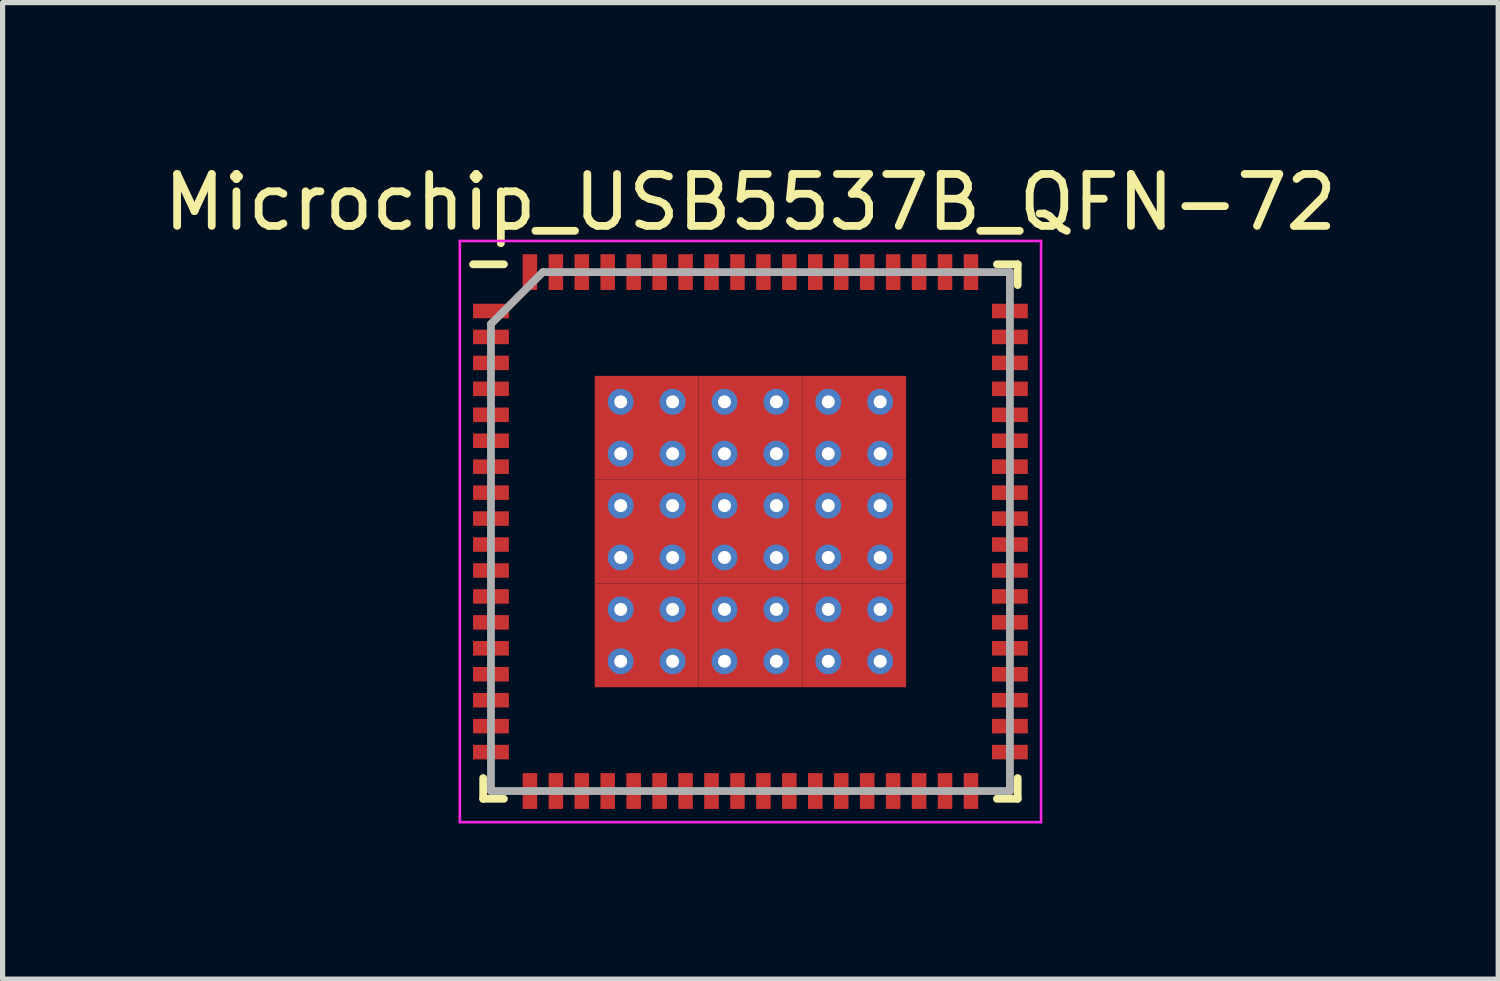
<source format=kicad_pcb>
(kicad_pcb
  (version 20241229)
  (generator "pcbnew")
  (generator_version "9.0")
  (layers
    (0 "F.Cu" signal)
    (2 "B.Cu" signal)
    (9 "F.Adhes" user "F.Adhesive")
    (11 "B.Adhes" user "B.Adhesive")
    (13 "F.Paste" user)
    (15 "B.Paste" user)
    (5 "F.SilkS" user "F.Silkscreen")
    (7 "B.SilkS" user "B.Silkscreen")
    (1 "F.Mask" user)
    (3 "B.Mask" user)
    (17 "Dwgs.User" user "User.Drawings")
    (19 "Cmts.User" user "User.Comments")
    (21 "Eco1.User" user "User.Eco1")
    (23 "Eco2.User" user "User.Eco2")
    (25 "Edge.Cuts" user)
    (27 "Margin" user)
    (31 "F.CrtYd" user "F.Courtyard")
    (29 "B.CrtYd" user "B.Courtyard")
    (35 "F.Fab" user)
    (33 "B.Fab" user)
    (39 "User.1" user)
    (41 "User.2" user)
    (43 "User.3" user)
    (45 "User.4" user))
  (footprint "Microchip_USB5537B_QFN-72"
    (layer "F.Cu")
    (at 11.411 7.193)
    (property "Reference" "Microchip_USB5537B_QFN-72" (at 0 -6.345 0) (layer "F.SilkS") (effects (font (size 1 1) (thickness 0.15))))
    (attr smd)
    (fp_line (start -5.15 5.15) (end -5.15 4.75) (stroke (width 0.15) (type solid)) (layer "F.SilkS"))
    (fp_line (start -4.75 -5.15) (end -5.345 -5.15) (stroke (width 0.15) (type solid)) (layer "F.SilkS"))
    (fp_line (start -4.75 5.15) (end -5.15 5.15) (stroke (width 0.15) (type solid)) (layer "F.SilkS"))
    (fp_line (start 4.75 -5.15) (end 5.15 -5.15) (stroke (width 0.15) (type solid)) (layer "F.SilkS"))
    (fp_line (start 4.75 5.15) (end 5.15 5.15) (stroke (width 0.15) (type solid)) (layer "F.SilkS"))
    (fp_line (start 5.15 -5.15) (end 5.15 -4.75) (stroke (width 0.15) (type solid)) (layer "F.SilkS"))
    (fp_line (start 5.15 5.15) (end 5.15 4.75) (stroke (width 0.15) (type solid)) (layer "F.SilkS"))
    (fp_line (start -5.6 -5.6) (end 5.6 -5.6) (stroke (width 0.05) (type solid)) (layer "F.CrtYd"))
    (fp_line (start -5.6 5.6) (end -5.6 -5.6) (stroke (width 0.05) (type solid)) (layer "F.CrtYd"))
    (fp_line (start 5.6 -5.6) (end 5.6 5.6) (stroke (width 0.05) (type solid)) (layer "F.CrtYd"))
    (fp_line (start 5.6 5.6) (end -5.6 5.6) (stroke (width 0.05) (type solid)) (layer "F.CrtYd"))
    (fp_line (start -5 -4) (end -5 5) (stroke (width 0.15) (type solid)) (layer "F.Fab"))
    (fp_line (start -5 5) (end 5 5) (stroke (width 0.15) (type solid)) (layer "F.Fab"))
    (fp_line (start -4 -5) (end -5 -4) (stroke (width 0.15) (type solid)) (layer "F.Fab"))
    (fp_line (start 5 -5) (end -4 -5) (stroke (width 0.15) (type solid)) (layer "F.Fab"))
    (fp_line (start 5 5) (end 5 -5) (stroke (width 0.15) (type solid)) (layer "F.Fab"))
    (pad "1" smd rect (at -5 -4.25 90) (size 0.28 0.69) (layers "F.Cu" "F.Mask" "F.Paste"))
    (pad "2" smd rect (at -5 -3.75 90) (size 0.28 0.69) (layers "F.Cu" "F.Mask" "F.Paste"))
    (pad "3" smd rect (at -5 -3.25 90) (size 0.28 0.69) (layers "F.Cu" "F.Mask" "F.Paste"))
    (pad "4" smd rect (at -5 -2.75 90) (size 0.28 0.69) (layers "F.Cu" "F.Mask" "F.Paste"))
    (pad "5" smd rect (at -5 -2.25 90) (size 0.28 0.69) (layers "F.Cu" "F.Mask" "F.Paste"))
    (pad "6" smd rect (at -5 -1.75 90) (size 0.28 0.69) (layers "F.Cu" "F.Mask" "F.Paste"))
    (pad "7" smd rect (at -5 -1.25 90) (size 0.28 0.69) (layers "F.Cu" "F.Mask" "F.Paste"))
    (pad "8" smd rect (at -5 -0.75 90) (size 0.28 0.69) (layers "F.Cu" "F.Mask" "F.Paste"))
    (pad "9" smd rect (at -5 -0.25 90) (size 0.28 0.69) (layers "F.Cu" "F.Mask" "F.Paste"))
    (pad "10" smd rect (at -5 0.25 90) (size 0.28 0.69) (layers "F.Cu" "F.Mask" "F.Paste"))
    (pad "11" smd rect (at -5 0.75 90) (size 0.28 0.69) (layers "F.Cu" "F.Mask" "F.Paste"))
    (pad "12" smd rect (at -5 1.25 90) (size 0.28 0.69) (layers "F.Cu" "F.Mask" "F.Paste"))
    (pad "13" smd rect (at -5 1.75 90) (size 0.28 0.69) (layers "F.Cu" "F.Mask" "F.Paste"))
    (pad "14" smd rect (at -5 2.25 90) (size 0.28 0.69) (layers "F.Cu" "F.Mask" "F.Paste"))
    (pad "15" smd rect (at -5 2.75 90) (size 0.28 0.69) (layers "F.Cu" "F.Mask" "F.Paste"))
    (pad "16" smd rect (at -5 3.25 90) (size 0.28 0.69) (layers "F.Cu" "F.Mask" "F.Paste"))
    (pad "17" smd rect (at -5 3.75 90) (size 0.28 0.69) (layers "F.Cu" "F.Mask" "F.Paste"))
    (pad "18" smd rect (at -5 4.25 90) (size 0.28 0.69) (layers "F.Cu" "F.Mask" "F.Paste"))
    (pad "19" smd rect (at -4.25 5) (size 0.28 0.69) (layers "F.Cu" "F.Mask" "F.Paste"))
    (pad "20" smd rect (at -3.75 5) (size 0.28 0.69) (layers "F.Cu" "F.Mask" "F.Paste"))
    (pad "21" smd rect (at -3.25 5) (size 0.28 0.69) (layers "F.Cu" "F.Mask" "F.Paste"))
    (pad "22" smd rect (at -2.75 5) (size 0.28 0.69) (layers "F.Cu" "F.Mask" "F.Paste"))
    (pad "23" smd rect (at -2.25 5) (size 0.28 0.69) (layers "F.Cu" "F.Mask" "F.Paste"))
    (pad "24" smd rect (at -1.75 5) (size 0.28 0.69) (layers "F.Cu" "F.Mask" "F.Paste"))
    (pad "25" smd rect (at -1.25 5) (size 0.28 0.69) (layers "F.Cu" "F.Mask" "F.Paste"))
    (pad "26" smd rect (at -0.75 5) (size 0.28 0.69) (layers "F.Cu" "F.Mask" "F.Paste"))
    (pad "27" smd rect (at -0.25 5) (size 0.28 0.69) (layers "F.Cu" "F.Mask" "F.Paste"))
    (pad "28" smd rect (at 0.25 5) (size 0.28 0.69) (layers "F.Cu" "F.Mask" "F.Paste"))
    (pad "29" smd rect (at 0.75 5) (size 0.28 0.69) (layers "F.Cu" "F.Mask" "F.Paste"))
    (pad "30" smd rect (at 1.25 5) (size 0.28 0.69) (layers "F.Cu" "F.Mask" "F.Paste"))
    (pad "31" smd rect (at 1.75 5) (size 0.28 0.69) (layers "F.Cu" "F.Mask" "F.Paste"))
    (pad "32" smd rect (at 2.25 5) (size 0.28 0.69) (layers "F.Cu" "F.Mask" "F.Paste"))
    (pad "33" smd rect (at 2.75 5) (size 0.28 0.69) (layers "F.Cu" "F.Mask" "F.Paste"))
    (pad "34" smd rect (at 3.25 5) (size 0.28 0.69) (layers "F.Cu" "F.Mask" "F.Paste"))
    (pad "35" smd rect (at 3.75 5) (size 0.28 0.69) (layers "F.Cu" "F.Mask" "F.Paste"))
    (pad "36" smd rect (at 4.25 5) (size 0.28 0.69) (layers "F.Cu" "F.Mask" "F.Paste"))
    (pad "37" smd rect (at 5 4.25 90) (size 0.28 0.69) (layers "F.Cu" "F.Mask" "F.Paste"))
    (pad "38" smd rect (at 5 3.75 90) (size 0.28 0.69) (layers "F.Cu" "F.Mask" "F.Paste"))
    (pad "39" smd rect (at 5 3.25 90) (size 0.28 0.69) (layers "F.Cu" "F.Mask" "F.Paste"))
    (pad "40" smd rect (at 5 2.75 90) (size 0.28 0.69) (layers "F.Cu" "F.Mask" "F.Paste"))
    (pad "41" smd rect (at 5 2.25 90) (size 0.28 0.69) (layers "F.Cu" "F.Mask" "F.Paste"))
    (pad "42" smd rect (at 5 1.75 90) (size 0.28 0.69) (layers "F.Cu" "F.Mask" "F.Paste"))
    (pad "43" smd rect (at 5 1.25 90) (size 0.28 0.69) (layers "F.Cu" "F.Mask" "F.Paste"))
    (pad "44" smd rect (at 5 0.75 90) (size 0.28 0.69) (layers "F.Cu" "F.Mask" "F.Paste"))
    (pad "45" smd rect (at 5 0.25 90) (size 0.28 0.69) (layers "F.Cu" "F.Mask" "F.Paste"))
    (pad "46" smd rect (at 5 -0.25 90) (size 0.28 0.69) (layers "F.Cu" "F.Mask" "F.Paste"))
    (pad "47" smd rect (at 5 -0.75 90) (size 0.28 0.69) (layers "F.Cu" "F.Mask" "F.Paste"))
    (pad "48" smd rect (at 5 -1.25 90) (size 0.28 0.69) (layers "F.Cu" "F.Mask" "F.Paste"))
    (pad "49" smd rect (at 5 -1.75 90) (size 0.28 0.69) (layers "F.Cu" "F.Mask" "F.Paste"))
    (pad "50" smd rect (at 5 -2.25 90) (size 0.28 0.69) (layers "F.Cu" "F.Mask" "F.Paste"))
    (pad "51" smd rect (at 5 -2.75 90) (size 0.28 0.69) (layers "F.Cu" "F.Mask" "F.Paste"))
    (pad "52" smd rect (at 5 -3.25 90) (size 0.28 0.69) (layers "F.Cu" "F.Mask" "F.Paste"))
    (pad "53" smd rect (at 5 -3.75 90) (size 0.28 0.69) (layers "F.Cu" "F.Mask" "F.Paste"))
    (pad "54" smd rect (at 5 -4.25 90) (size 0.28 0.69) (layers "F.Cu" "F.Mask" "F.Paste"))
    (pad "55" smd rect (at 4.25 -5) (size 0.28 0.69) (layers "F.Cu" "F.Mask" "F.Paste"))
    (pad "56" smd rect (at 3.75 -5) (size 0.28 0.69) (layers "F.Cu" "F.Mask" "F.Paste"))
    (pad "57" smd rect (at 3.25 -5) (size 0.28 0.69) (layers "F.Cu" "F.Mask" "F.Paste"))
    (pad "58" smd rect (at 2.75 -5) (size 0.28 0.69) (layers "F.Cu" "F.Mask" "F.Paste"))
    (pad "59" smd rect (at 2.25 -5) (size 0.28 0.69) (layers "F.Cu" "F.Mask" "F.Paste"))
    (pad "60" smd rect (at 1.75 -5) (size 0.28 0.69) (layers "F.Cu" "F.Mask" "F.Paste"))
    (pad "61" smd rect (at 1.25 -5) (size 0.28 0.69) (layers "F.Cu" "F.Mask" "F.Paste"))
    (pad "62" smd rect (at 0.75 -5) (size 0.28 0.69) (layers "F.Cu" "F.Mask" "F.Paste"))
    (pad "63" smd rect (at 0.25 -5) (size 0.28 0.69) (layers "F.Cu" "F.Mask" "F.Paste"))
    (pad "64" smd rect (at -0.25 -5) (size 0.28 0.69) (layers "F.Cu" "F.Mask" "F.Paste"))
    (pad "65" smd rect (at -0.75 -5) (size 0.28 0.69) (layers "F.Cu" "F.Mask" "F.Paste"))
    (pad "66" smd rect (at -1.25 -5) (size 0.28 0.69) (layers "F.Cu" "F.Mask" "F.Paste"))
    (pad "67" smd rect (at -1.75 -5) (size 0.28 0.69) (layers "F.Cu" "F.Mask" "F.Paste"))
    (pad "68" smd rect (at -2.25 -5) (size 0.28 0.69) (layers "F.Cu" "F.Mask" "F.Paste"))
    (pad "69" smd rect (at -2.75 -5) (size 0.28 0.69) (layers "F.Cu" "F.Mask" "F.Paste"))
    (pad "70" smd rect (at -3.25 -5) (size 0.28 0.69) (layers "F.Cu" "F.Mask" "F.Paste"))
    (pad "71" smd rect (at -3.75 -5) (size 0.28 0.69) (layers "F.Cu" "F.Mask" "F.Paste"))
    (pad "72" smd rect (at -4.25 -5) (size 0.28 0.69) (layers "F.Cu" "F.Mask" "F.Paste"))
    (pad "73" thru_hole circle (at -2.5 -2.5) (size 0.5 0.5) (drill 0.25) (layers "*.Cu" "*.Mask"))
    (pad "73" thru_hole circle (at -2.5 -1.5) (size 0.5 0.5) (drill 0.25) (layers "*.Cu" "*.Mask"))
    (pad "73" thru_hole circle (at -2.5 -0.5) (size 0.5 0.5) (drill 0.25) (layers "*.Cu" "*.Mask"))
    (pad "73" thru_hole circle (at -2.5 0.5) (size 0.5 0.5) (drill 0.25) (layers "*.Cu" "*.Mask"))
    (pad "73" thru_hole circle (at -2.5 1.5) (size 0.5 0.5) (drill 0.25) (layers "*.Cu" "*.Mask"))
    (pad "73" thru_hole circle (at -2.5 2.5) (size 0.5 0.5) (drill 0.25) (layers "*.Cu" "*.Mask"))
    (pad "73" smd rect (at -2 -2) (size 2 2) (layers "F.Cu" "F.Mask" "F.Paste"))
    (pad "73" smd rect (at -2 0) (size 2 2) (layers "F.Cu" "F.Mask" "F.Paste"))
    (pad "73" smd rect (at -2 2) (size 2 2) (layers "F.Cu" "F.Mask" "F.Paste"))
    (pad "73" thru_hole circle (at -1.5 -2.5) (size 0.5 0.5) (drill 0.25) (layers "*.Cu" "*.Mask"))
    (pad "73" thru_hole circle (at -1.5 -1.5) (size 0.5 0.5) (drill 0.25) (layers "*.Cu" "*.Mask"))
    (pad "73" thru_hole circle (at -1.5 -0.5) (size 0.5 0.5) (drill 0.25) (layers "*.Cu" "*.Mask"))
    (pad "73" thru_hole circle (at -1.5 0.5) (size 0.5 0.5) (drill 0.25) (layers "*.Cu" "*.Mask"))
    (pad "73" thru_hole circle (at -1.5 1.5) (size 0.5 0.5) (drill 0.25) (layers "*.Cu" "*.Mask"))
    (pad "73" thru_hole circle (at -1.5 2.5) (size 0.5 0.5) (drill 0.25) (layers "*.Cu" "*.Mask"))
    (pad "73" thru_hole circle (at -0.5 -2.5) (size 0.5 0.5) (drill 0.25) (layers "*.Cu" "*.Mask"))
    (pad "73" thru_hole circle (at -0.5 -1.5) (size 0.5 0.5) (drill 0.25) (layers "*.Cu" "*.Mask"))
    (pad "73" thru_hole circle (at -0.5 -0.5) (size 0.5 0.5) (drill 0.25) (layers "*.Cu" "*.Mask"))
    (pad "73" thru_hole circle (at -0.5 0.5) (size 0.5 0.5) (drill 0.25) (layers "*.Cu" "*.Mask"))
    (pad "73" thru_hole circle (at -0.5 1.5) (size 0.5 0.5) (drill 0.25) (layers "*.Cu" "*.Mask"))
    (pad "73" thru_hole circle (at -0.5 2.5) (size 0.5 0.5) (drill 0.25) (layers "*.Cu" "*.Mask"))
    (pad "73" smd rect (at 0 -2) (size 2 2) (layers "F.Cu" "F.Mask" "F.Paste"))
    (pad "73" smd rect (at 0 0) (size 2 2) (layers "F.Cu" "F.Mask" "F.Paste"))
    (pad "73" smd rect (at 0 2) (size 2 2) (layers "F.Cu" "F.Mask" "F.Paste"))
    (pad "73" thru_hole circle (at 0.5 -2.5) (size 0.5 0.5) (drill 0.25) (layers "*.Cu" "*.Mask"))
    (pad "73" thru_hole circle (at 0.5 -1.5) (size 0.5 0.5) (drill 0.25) (layers "*.Cu" "*.Mask"))
    (pad "73" thru_hole circle (at 0.5 -0.5) (size 0.5 0.5) (drill 0.25) (layers "*.Cu" "*.Mask"))
    (pad "73" thru_hole circle (at 0.5 0.5) (size 0.5 0.5) (drill 0.25) (layers "*.Cu" "*.Mask"))
    (pad "73" thru_hole circle (at 0.5 1.5) (size 0.5 0.5) (drill 0.25) (layers "*.Cu" "*.Mask"))
    (pad "73" thru_hole circle (at 0.5 2.5) (size 0.5 0.5) (drill 0.25) (layers "*.Cu" "*.Mask"))
    (pad "73" thru_hole circle (at 1.5 -2.5) (size 0.5 0.5) (drill 0.25) (layers "*.Cu" "*.Mask"))
    (pad "73" thru_hole circle (at 1.5 -1.5) (size 0.5 0.5) (drill 0.25) (layers "*.Cu" "*.Mask"))
    (pad "73" thru_hole circle (at 1.5 -0.5) (size 0.5 0.5) (drill 0.25) (layers "*.Cu" "*.Mask"))
    (pad "73" thru_hole circle (at 1.5 0.5) (size 0.5 0.5) (drill 0.25) (layers "*.Cu" "*.Mask"))
    (pad "73" thru_hole circle (at 1.5 1.5) (size 0.5 0.5) (drill 0.25) (layers "*.Cu" "*.Mask"))
    (pad "73" thru_hole circle (at 1.5 2.5) (size 0.5 0.5) (drill 0.25) (layers "*.Cu" "*.Mask"))
    (pad "73" smd rect (at 2 -2) (size 2 2) (layers "F.Cu" "F.Mask" "F.Paste"))
    (pad "73" smd rect (at 2 0) (size 2 2) (layers "F.Cu" "F.Mask" "F.Paste"))
    (pad "73" smd rect (at 2 2) (size 2 2) (layers "F.Cu" "F.Mask" "F.Paste"))
    (pad "73" thru_hole circle (at 2.5 -2.5) (size 0.5 0.5) (drill 0.25) (layers "*.Cu" "*.Mask"))
    (pad "73" thru_hole circle (at 2.5 -1.5) (size 0.5 0.5) (drill 0.25) (layers "*.Cu" "*.Mask"))
    (pad "73" thru_hole circle (at 2.5 -0.5) (size 0.5 0.5) (drill 0.25) (layers "*.Cu" "*.Mask"))
    (pad "73" thru_hole circle (at 2.5 0.5) (size 0.5 0.5) (drill 0.25) (layers "*.Cu" "*.Mask"))
    (pad "73" thru_hole circle (at 2.5 1.5) (size 0.5 0.5) (drill 0.25) (layers "*.Cu" "*.Mask"))
    (pad "73" thru_hole circle (at 2.5 2.5) (size 0.5 0.5) (drill 0.25) (layers "*.Cu" "*.Mask")))
  (gr_rect
    (start -3 -3)
    (end 25.821 15.818)
    (stroke (width 0.1) (type default))
    (fill no)
    (layer "Edge.Cuts")))
</source>
